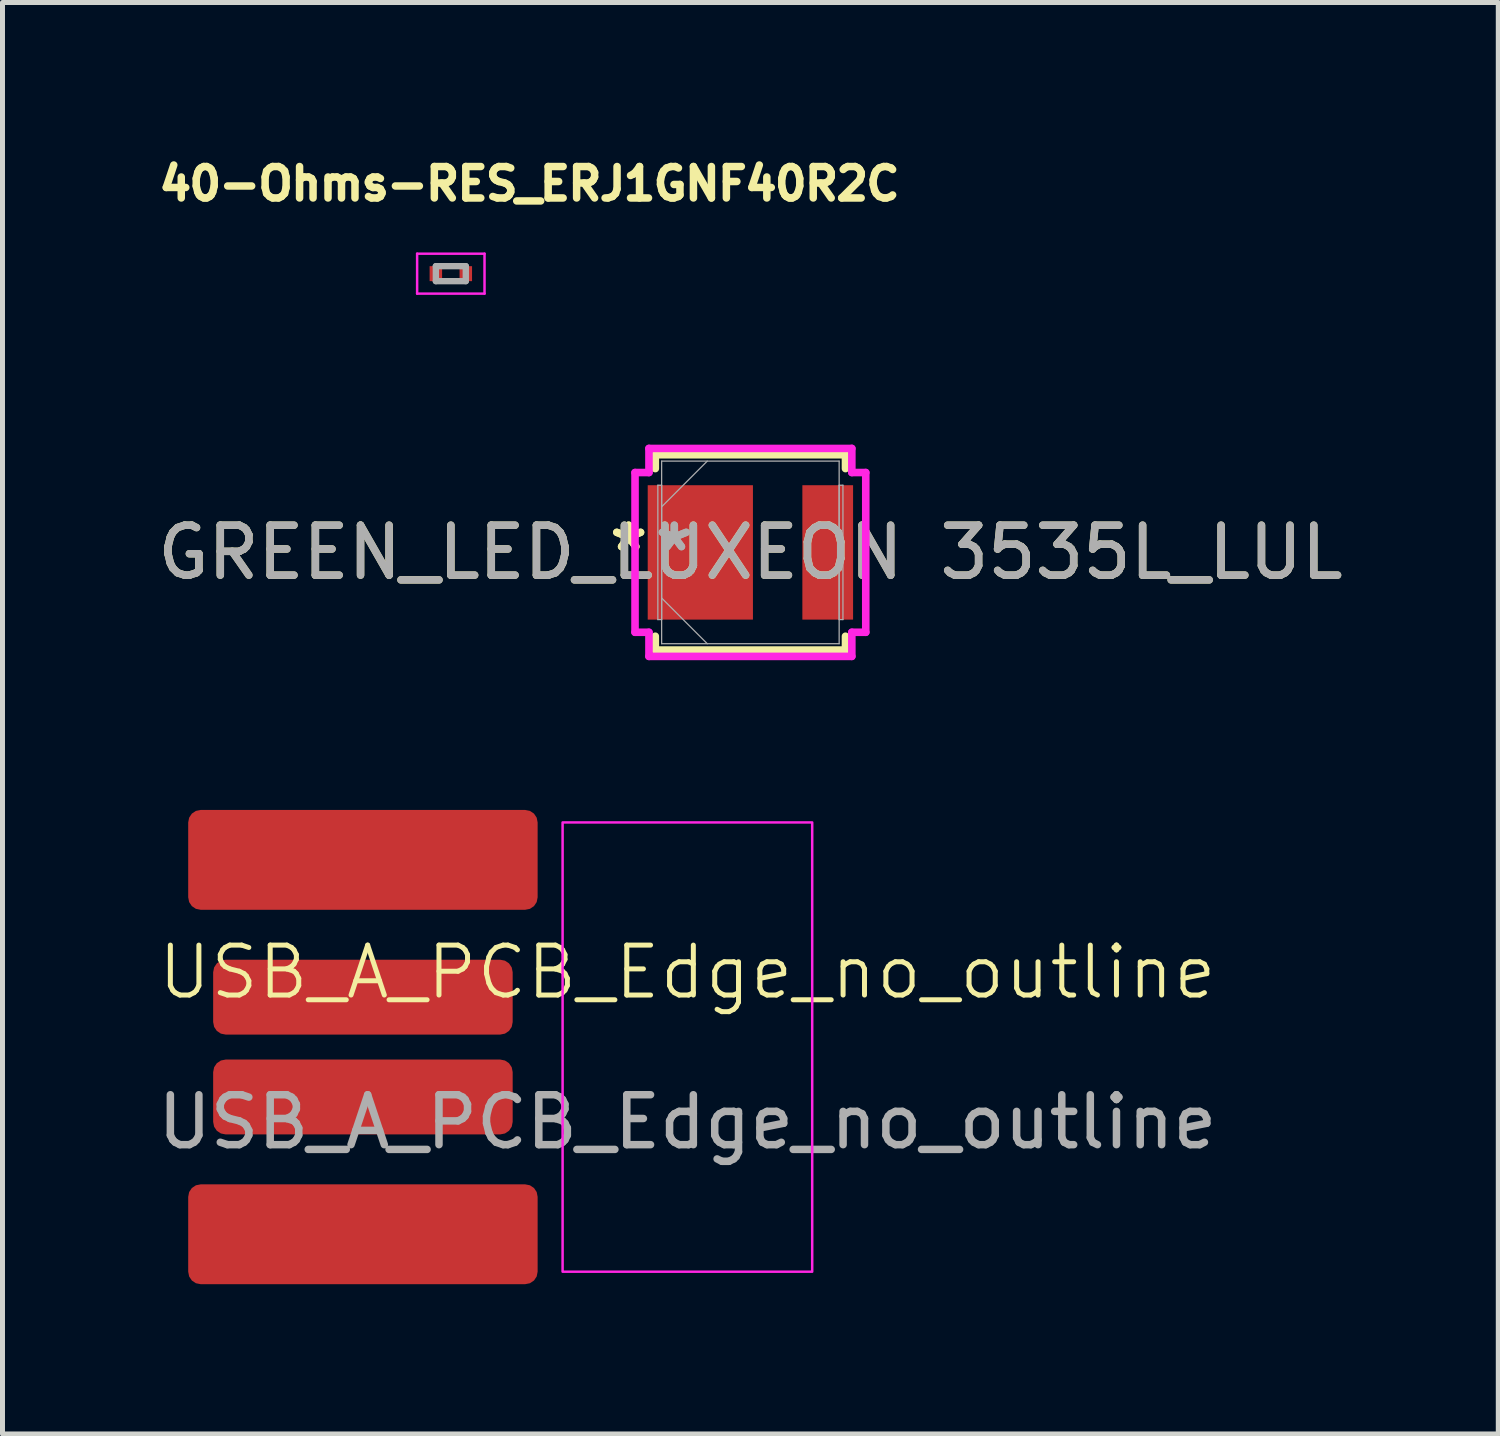
<source format=kicad_pcb>
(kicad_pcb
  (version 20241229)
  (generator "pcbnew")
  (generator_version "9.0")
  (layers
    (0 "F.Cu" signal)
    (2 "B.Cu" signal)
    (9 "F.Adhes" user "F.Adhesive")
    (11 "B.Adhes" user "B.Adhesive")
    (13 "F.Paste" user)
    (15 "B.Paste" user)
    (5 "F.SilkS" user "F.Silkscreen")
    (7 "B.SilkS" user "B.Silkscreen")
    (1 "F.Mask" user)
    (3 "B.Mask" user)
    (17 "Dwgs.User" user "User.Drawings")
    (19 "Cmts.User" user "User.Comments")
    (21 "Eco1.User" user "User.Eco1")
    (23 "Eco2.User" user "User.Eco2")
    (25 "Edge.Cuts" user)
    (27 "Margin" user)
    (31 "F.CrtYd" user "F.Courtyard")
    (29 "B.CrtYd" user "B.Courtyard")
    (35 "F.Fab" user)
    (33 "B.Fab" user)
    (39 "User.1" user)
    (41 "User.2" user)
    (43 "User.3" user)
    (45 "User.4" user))
  (footprint "USB_A_PCB_Edge_no_outline"
    (layer "F.Cu")
    (at 10.72 16.925)
    (property "Reference" "USB_A_PCB_Edge_no_outline" (at 0 -0.5 0) (unlocked yes) (layer "F.SilkS") (effects (font (size 1 1) (thickness 0.1))))
    (attr smd)
    (fp_rect (start -2.5 -3.5) (end 2.5 5.5) (stroke (width 0.05) (type default)) (fill no) (layer "F.CrtYd"))
    (fp_text user "${REFERENCE}" (at 0 2.5 0) (unlocked yes) (layer "F.Fab") (effects (font (size 1 1) (thickness 0.15))))
    (pad "1" smd roundrect (at -6.5 4.75) (size 7 2) (layers "F.Cu" "F.Mask") (roundrect_rratio 0.125))
    (pad "2" smd roundrect (at -6.5 2) (size 6 1.5) (layers "F.Cu" "F.Mask") (roundrect_rratio 0.167))
    (pad "3" smd roundrect (at -6.5 0) (size 6 1.5) (layers "F.Cu" "F.Mask") (roundrect_rratio 0.167))
    (pad "4" smd roundrect (at -6.5 -2.75) (size 7 2) (layers "F.Cu" "F.Mask") (roundrect_rratio 0.125)))
  (footprint "GREEN_LED_LUXEON 3535L_LUL"
    (layer "F.Cu")
    (at 11.982 8.016)
    (property "Reference" "GREEN_LED_LUXEON 3535L_LUL" (at 0 0 0) (unlocked yes) (layer "F.SilkS") (effects (font (size 1 1) (thickness 0.15))))
    (attr smd)
    (fp_line (start -1.905 -1.956) (end -1.905 -1.679) (stroke (width 0.152) (type solid)) (layer "F.SilkS"))
    (fp_line (start -1.905 1.679) (end -1.905 1.956) (stroke (width 0.152) (type solid)) (layer "F.SilkS"))
    (fp_line (start -1.905 1.956) (end 1.905 1.956) (stroke (width 0.152) (type solid)) (layer "F.SilkS"))
    (fp_line (start 1.905 -1.956) (end -1.905 -1.956) (stroke (width 0.152) (type solid)) (layer "F.SilkS"))
    (fp_line (start 1.905 -1.679) (end 1.905 -1.956) (stroke (width 0.152) (type solid)) (layer "F.SilkS"))
    (fp_line (start 1.905 1.956) (end 1.905 1.679) (stroke (width 0.152) (type solid)) (layer "F.SilkS"))
    (fp_line (start -2.311 -1.6) (end -2.032 -1.6) (stroke (width 0.152) (type solid)) (layer "F.CrtYd"))
    (fp_line (start -2.311 1.6) (end -2.311 -1.6) (stroke (width 0.152) (type solid)) (layer "F.CrtYd"))
    (fp_line (start -2.032 -2.083) (end 2.032 -2.083) (stroke (width 0.152) (type solid)) (layer "F.CrtYd"))
    (fp_line (start -2.032 -1.6) (end -2.032 -2.083) (stroke (width 0.152) (type solid)) (layer "F.CrtYd"))
    (fp_line (start -2.032 1.6) (end -2.311 1.6) (stroke (width 0.152) (type solid)) (layer "F.CrtYd"))
    (fp_line (start -2.032 2.083) (end -2.032 1.6) (stroke (width 0.152) (type solid)) (layer "F.CrtYd"))
    (fp_line (start 2.032 -2.083) (end 2.032 -1.6) (stroke (width 0.152) (type solid)) (layer "F.CrtYd"))
    (fp_line (start 2.032 -1.6) (end 2.311 -1.6) (stroke (width 0.152) (type solid)) (layer "F.CrtYd"))
    (fp_line (start 2.032 1.6) (end 2.032 2.083) (stroke (width 0.152) (type solid)) (layer "F.CrtYd"))
    (fp_line (start 2.032 2.083) (end -2.032 2.083) (stroke (width 0.152) (type solid)) (layer "F.CrtYd"))
    (fp_line (start 2.311 -1.6) (end 2.311 1.6) (stroke (width 0.152) (type solid)) (layer "F.CrtYd"))
    (fp_line (start 2.311 1.6) (end 2.032 1.6) (stroke (width 0.152) (type solid)) (layer "F.CrtYd"))
    (fp_line (start -1.854 -1.346) (end -1.854 1.346) (stroke (width 0.025) (type solid)) (layer "F.Fab"))
    (fp_line (start -1.854 1.346) (end -1.778 1.346) (stroke (width 0.025) (type solid)) (layer "F.Fab"))
    (fp_line (start -1.778 -1.829) (end -1.778 1.829) (stroke (width 0.025) (type solid)) (layer "F.Fab"))
    (fp_line (start -1.778 -1.346) (end -1.854 -1.346) (stroke (width 0.025) (type solid)) (layer "F.Fab"))
    (fp_line (start -1.778 -0.914) (end -0.864 -1.829) (stroke (width 0.025) (type solid)) (layer "F.Fab"))
    (fp_line (start -1.778 0.914) (end -0.864 1.829) (stroke (width 0.025) (type solid)) (layer "F.Fab"))
    (fp_line (start -1.778 1.346) (end -1.778 -1.346) (stroke (width 0.025) (type solid)) (layer "F.Fab"))
    (fp_line (start -1.778 1.829) (end 1.778 1.829) (stroke (width 0.025) (type solid)) (layer "F.Fab"))
    (fp_line (start 1.778 -1.829) (end -1.778 -1.829) (stroke (width 0.025) (type solid)) (layer "F.Fab"))
    (fp_line (start 1.778 -1.346) (end 1.778 1.346) (stroke (width 0.025) (type solid)) (layer "F.Fab"))
    (fp_line (start 1.778 1.346) (end 1.854 1.346) (stroke (width 0.025) (type solid)) (layer "F.Fab"))
    (fp_line (start 1.778 1.829) (end 1.778 -1.829) (stroke (width 0.025) (type solid)) (layer "F.Fab"))
    (fp_line (start 1.854 -1.346) (end 1.778 -1.346) (stroke (width 0.025) (type solid)) (layer "F.Fab"))
    (fp_line (start 1.854 1.346) (end 1.854 -1.346) (stroke (width 0.025) (type solid)) (layer "F.Fab"))
    (fp_text user "*" (at -2.438 0 0) (layer "F.SilkS") (effects (font (size 1 1) (thickness 0.15))))
    (fp_text user "*" (at -2.438 0 0) (unlocked yes) (layer "F.SilkS") (effects (font (size 1 1) (thickness 0.15))))
    (fp_text user "*" (at -1.524 0 0) (unlocked yes) (layer "F.Fab") (effects (font (size 1 1) (thickness 0.15))))
    (fp_text user "*" (at -1.524 0 0) (layer "F.Fab") (effects (font (size 1 1) (thickness 0.15))))
    (fp_text user "${REFERENCE}" (at 0 0 0) (unlocked yes) (layer "F.Fab") (effects (font (size 1 1) (thickness 0.15))))
    (pad "1" smd rect (at -1.003 0) (size 2.108 2.692) (layers "F.Cu" "F.Mask" "F.Paste"))
    (pad "2" smd rect (at 1.549 0) (size 1.016 2.692) (layers "F.Cu" "F.Mask" "F.Paste"))
    (zone (net_name "") (layer "F.Cu") (hatch full 0.508) (connect_pads) (min_thickness 0.254) (filled_areas_thickness no) (keepout (tracks not_allowed) (vias not_allowed) (pads allowed) (copperpour not_allowed) (footprints allowed)) (placement (enabled no)) (fill) (polygon (pts (xy 12.084 6.238) (xy 12.973 6.238) (xy 12.973 9.794) (xy 12.084 9.794)))))
  (footprint "40-Ohms-RES_ERJ1GNF40R2C"
    (layer "F.Cu")
    (at 5.981 2.432)
    (property "Reference" "40-Ohms-RES_ERJ1GNF40R2C" (at 1.575 -1.8 0) (layer "F.SilkS") (effects (font (size 0.63 0.63) (thickness 0.15))))
    (attr smd)
    (fp_line (start -0.675 -0.4) (end -0.675 0.4) (stroke (width 0.05) (type solid)) (layer "F.CrtYd"))
    (fp_line (start -0.675 0.4) (end 0.675 0.4) (stroke (width 0.05) (type solid)) (layer "F.CrtYd"))
    (fp_line (start 0.675 -0.4) (end -0.675 -0.4) (stroke (width 0.05) (type solid)) (layer "F.CrtYd"))
    (fp_line (start 0.675 0.4) (end 0.675 -0.4) (stroke (width 0.05) (type solid)) (layer "F.CrtYd"))
    (fp_line (start -0.3 -0.15) (end -0.3 0.15) (stroke (width 0.127) (type solid)) (layer "F.Fab"))
    (fp_line (start -0.3 -0.15) (end 0.3 -0.15) (stroke (width 0.127) (type solid)) (layer "F.Fab"))
    (fp_line (start -0.3 0.15) (end 0.3 0.15) (stroke (width 0.127) (type solid)) (layer "F.Fab"))
    (fp_line (start 0.3 -0.15) (end 0.3 0.15) (stroke (width 0.127) (type solid)) (layer "F.Fab"))
    (pad "1" smd rect (at -0.3 0) (size 0.25 0.3) (layers "F.Cu" "F.Mask" "F.Paste"))
    (pad "2" smd rect (at 0.3 0) (size 0.25 0.3) (layers "F.Cu" "F.Mask" "F.Paste")))
  (gr_rect
    (start -3 -3)
    (end 26.964 25.675)
    (stroke (width 0.1) (type default))
    (fill no)
    (layer "Edge.Cuts")))
</source>
